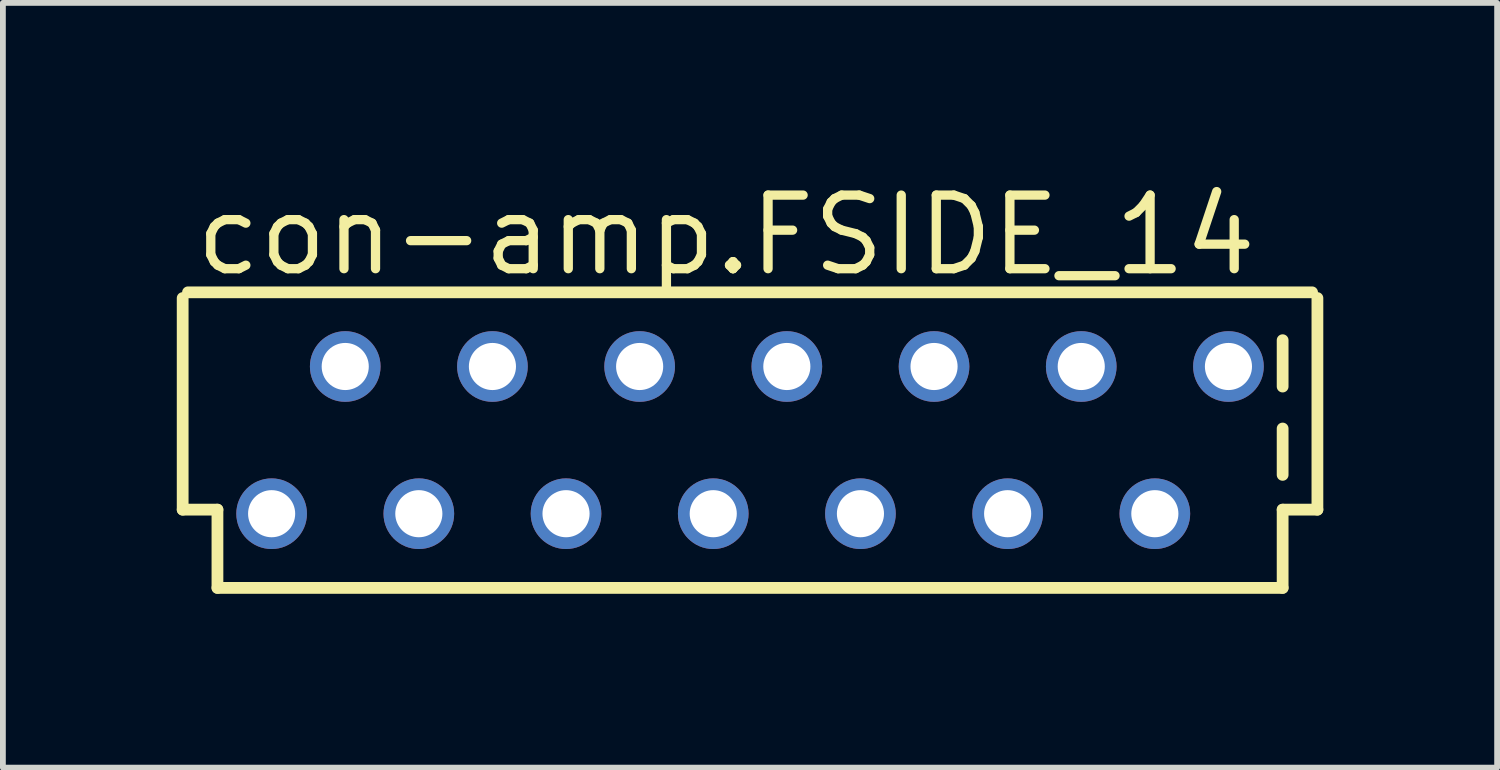
<source format=kicad_pcb>
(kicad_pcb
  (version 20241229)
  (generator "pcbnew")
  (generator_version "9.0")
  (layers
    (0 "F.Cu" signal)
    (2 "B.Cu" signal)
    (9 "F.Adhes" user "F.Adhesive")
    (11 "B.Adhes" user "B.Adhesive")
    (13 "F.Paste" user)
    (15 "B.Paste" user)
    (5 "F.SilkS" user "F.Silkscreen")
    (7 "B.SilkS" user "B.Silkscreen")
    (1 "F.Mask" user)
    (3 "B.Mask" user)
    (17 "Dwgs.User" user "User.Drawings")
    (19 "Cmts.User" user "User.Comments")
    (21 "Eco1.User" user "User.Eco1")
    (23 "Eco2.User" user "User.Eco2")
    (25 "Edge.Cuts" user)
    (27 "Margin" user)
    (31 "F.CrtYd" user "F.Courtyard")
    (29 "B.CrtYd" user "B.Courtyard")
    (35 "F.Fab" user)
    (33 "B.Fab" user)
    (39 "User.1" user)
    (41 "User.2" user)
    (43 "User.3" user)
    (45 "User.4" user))
  (footprint "con-amp.FSIDE_14"
    (layer "F.Cu")
    (at 9.892 4.544)
    (property "Reference" "con-amp.FSIDE_14" (at -9.652 -2.794 0) (layer "F.SilkS") (effects (font (size 1.27 1.27) (thickness 0.16)) (justify left bottom)))
    (attr through_hole)
    (fp_line (start -9.79 -2.451) (end -9.79 1.2) (stroke (width 0.203) (type default)) (layer "F.SilkS"))
    (fp_line (start -9.79 1.2) (end -9.19 1.2) (stroke (width 0.203) (type default)) (layer "F.SilkS"))
    (fp_line (start -9.19 1.2) (end -9.19 2.55) (stroke (width 0.203) (type default)) (layer "F.SilkS"))
    (fp_line (start -9.19 2.55) (end 9.19 2.55) (stroke (width 0.203) (type default)) (layer "F.SilkS"))
    (fp_line (start 9.19 -1.724) (end 9.19 -0.924) (stroke (width 0.203) (type default)) (layer "F.SilkS"))
    (fp_line (start 9.19 -0.2) (end 9.19 0.6) (stroke (width 0.203) (type default)) (layer "F.SilkS"))
    (fp_line (start 9.19 1.2) (end 9.79 1.2) (stroke (width 0.203) (type default)) (layer "F.SilkS"))
    (fp_line (start 9.19 2.55) (end 9.19 1.2) (stroke (width 0.203) (type default)) (layer "F.SilkS"))
    (fp_line (start 9.698 -2.55) (end -9.698 -2.55) (stroke (width 0.203) (type default)) (layer "F.SilkS"))
    (fp_line (start 9.79 1.2) (end 9.79 -2.451) (stroke (width 0.203) (type default)) (layer "F.SilkS"))
    (pad "1" thru_hole circle (at -8.255 1.27) (size 1.219 1.219) (drill 0.813) (layers "*.Cu" "*.Mask"))
    (pad "2" thru_hole circle (at -6.985 -1.27) (size 1.219 1.219) (drill 0.813) (layers "*.Cu" "*.Mask"))
    (pad "3" thru_hole circle (at -5.715 1.27) (size 1.219 1.219) (drill 0.813) (layers "*.Cu" "*.Mask"))
    (pad "4" thru_hole circle (at -4.445 -1.27) (size 1.219 1.219) (drill 0.813) (layers "*.Cu" "*.Mask"))
    (pad "5" thru_hole circle (at -3.175 1.27) (size 1.219 1.219) (drill 0.813) (layers "*.Cu" "*.Mask"))
    (pad "6" thru_hole circle (at -1.905 -1.27) (size 1.219 1.219) (drill 0.813) (layers "*.Cu" "*.Mask"))
    (pad "7" thru_hole circle (at -0.635 1.27) (size 1.219 1.219) (drill 0.813) (layers "*.Cu" "*.Mask"))
    (pad "8" thru_hole circle (at 0.635 -1.27) (size 1.219 1.219) (drill 0.813) (layers "*.Cu" "*.Mask"))
    (pad "9" thru_hole circle (at 1.905 1.27) (size 1.219 1.219) (drill 0.813) (layers "*.Cu" "*.Mask"))
    (pad "10" thru_hole circle (at 3.175 -1.27) (size 1.219 1.219) (drill 0.813) (layers "*.Cu" "*.Mask"))
    (pad "11" thru_hole circle (at 4.445 1.27) (size 1.219 1.219) (drill 0.813) (layers "*.Cu" "*.Mask"))
    (pad "12" thru_hole circle (at 5.715 -1.27) (size 1.219 1.219) (drill 0.813) (layers "*.Cu" "*.Mask"))
    (pad "13" thru_hole circle (at 6.985 1.27) (size 1.219 1.219) (drill 0.813) (layers "*.Cu" "*.Mask"))
    (pad "14" thru_hole circle (at 8.255 -1.27) (size 1.219 1.219) (drill 0.813) (layers "*.Cu" "*.Mask")))
  (gr_rect
    (start -3 -3)
    (end 22.783 10.196)
    (stroke (width 0.1) (type default))
    (fill no)
    (layer "Edge.Cuts")))
</source>
